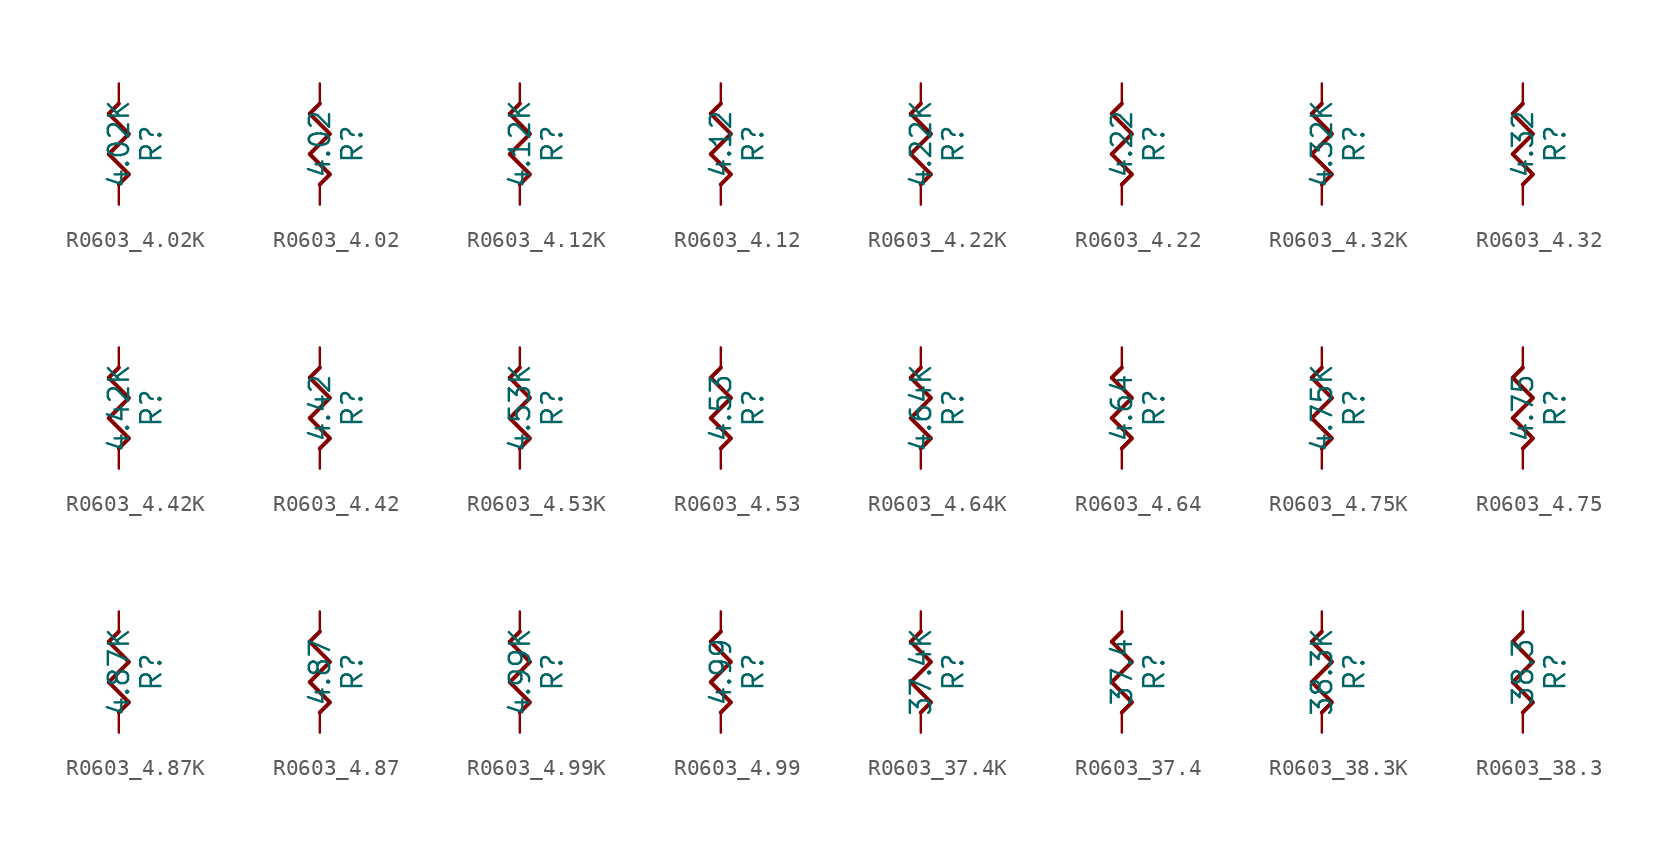
<source format=kicad_sym>
(kicad_symbol_lib
  (version 20211014)
  (generator atlantix-eda)
  (symbol "R0603_4.02K"
    (pin_numbers hide)
    (pin_names
      (offset 0))
    (property "Reference" "R"
      (at 2.032 0 90)
      (effects (font (size 1.27 1.27))))
    (property "Value" "4.02K"
      (at 0 0 90)
      (effects (font (size 1.27 1.27))))
    (symbol "R0603_4.02K_0_1"
      (polyline (pts (xy 0 -2.54) (xy 0.635 -1.905) (xy -0.635 -0.635) (xy 0.635 0.635) (xy -0.635 1.905) (xy 0 2.54)) (stroke (width 0.254) (type default) (color 0 0 0 0)) (fill (type none))))
    (symbol "R0603_4.02K_1_1"
      (pin passive line (at 0 3.81 270) (length 1.27) (name "~" (effects (font (size 1.27 1.27)))) (number "1" (effects (font (size 1.27 1.27)))))
      (pin passive line (at 0 -3.81 90) (length 1.27) (name "~" (effects (font (size 1.27 1.27)))) (number "2" (effects (font (size 1.27 1.27)))))))
  (symbol "R0603_4.02"
    (pin_numbers hide)
    (pin_names
      (offset 0))
    (property "Reference" "R"
      (at 2.032 0 90)
      (effects (font (size 1.27 1.27))))
    (property "Value" "4.02"
      (at 0 0 90)
      (effects (font (size 1.27 1.27))))
    (symbol "R0603_4.02_0_1"
      (polyline (pts (xy 0 -2.54) (xy 0.635 -1.905) (xy -0.635 -0.635) (xy 0.635 0.635) (xy -0.635 1.905) (xy 0 2.54)) (stroke (width 0.254) (type default) (color 0 0 0 0)) (fill (type none))))
    (symbol "R0603_4.02_1_1"
      (pin passive line (at 0 3.81 270) (length 1.27) (name "~" (effects (font (size 1.27 1.27)))) (number "1" (effects (font (size 1.27 1.27)))))
      (pin passive line (at 0 -3.81 90) (length 1.27) (name "~" (effects (font (size 1.27 1.27)))) (number "2" (effects (font (size 1.27 1.27)))))))
  (symbol "R0603_4.12K"
    (pin_numbers hide)
    (pin_names
      (offset 0))
    (property "Reference" "R"
      (at 2.032 0 90)
      (effects (font (size 1.27 1.27))))
    (property "Value" "4.12K"
      (at 0 0 90)
      (effects (font (size 1.27 1.27))))
    (symbol "R0603_4.12K_0_1"
      (polyline (pts (xy 0 -2.54) (xy 0.635 -1.905) (xy -0.635 -0.635) (xy 0.635 0.635) (xy -0.635 1.905) (xy 0 2.54)) (stroke (width 0.254) (type default) (color 0 0 0 0)) (fill (type none))))
    (symbol "R0603_4.12K_1_1"
      (pin passive line (at 0 3.81 270) (length 1.27) (name "~" (effects (font (size 1.27 1.27)))) (number "1" (effects (font (size 1.27 1.27)))))
      (pin passive line (at 0 -3.81 90) (length 1.27) (name "~" (effects (font (size 1.27 1.27)))) (number "2" (effects (font (size 1.27 1.27)))))))
  (symbol "R0603_4.12"
    (pin_numbers hide)
    (pin_names
      (offset 0))
    (property "Reference" "R"
      (at 2.032 0 90)
      (effects (font (size 1.27 1.27))))
    (property "Value" "4.12"
      (at 0 0 90)
      (effects (font (size 1.27 1.27))))
    (symbol "R0603_4.12_0_1"
      (polyline (pts (xy 0 -2.54) (xy 0.635 -1.905) (xy -0.635 -0.635) (xy 0.635 0.635) (xy -0.635 1.905) (xy 0 2.54)) (stroke (width 0.254) (type default) (color 0 0 0 0)) (fill (type none))))
    (symbol "R0603_4.12_1_1"
      (pin passive line (at 0 3.81 270) (length 1.27) (name "~" (effects (font (size 1.27 1.27)))) (number "1" (effects (font (size 1.27 1.27)))))
      (pin passive line (at 0 -3.81 90) (length 1.27) (name "~" (effects (font (size 1.27 1.27)))) (number "2" (effects (font (size 1.27 1.27)))))))
  (symbol "R0603_4.22K"
    (pin_numbers hide)
    (pin_names
      (offset 0))
    (property "Reference" "R"
      (at 2.032 0 90)
      (effects (font (size 1.27 1.27))))
    (property "Value" "4.22K"
      (at 0 0 90)
      (effects (font (size 1.27 1.27))))
    (symbol "R0603_4.22K_0_1"
      (polyline (pts (xy 0 -2.54) (xy 0.635 -1.905) (xy -0.635 -0.635) (xy 0.635 0.635) (xy -0.635 1.905) (xy 0 2.54)) (stroke (width 0.254) (type default) (color 0 0 0 0)) (fill (type none))))
    (symbol "R0603_4.22K_1_1"
      (pin passive line (at 0 3.81 270) (length 1.27) (name "~" (effects (font (size 1.27 1.27)))) (number "1" (effects (font (size 1.27 1.27)))))
      (pin passive line (at 0 -3.81 90) (length 1.27) (name "~" (effects (font (size 1.27 1.27)))) (number "2" (effects (font (size 1.27 1.27)))))))
  (symbol "R0603_4.22"
    (pin_numbers hide)
    (pin_names
      (offset 0))
    (property "Reference" "R"
      (at 2.032 0 90)
      (effects (font (size 1.27 1.27))))
    (property "Value" "4.22"
      (at 0 0 90)
      (effects (font (size 1.27 1.27))))
    (symbol "R0603_4.22_0_1"
      (polyline (pts (xy 0 -2.54) (xy 0.635 -1.905) (xy -0.635 -0.635) (xy 0.635 0.635) (xy -0.635 1.905) (xy 0 2.54)) (stroke (width 0.254) (type default) (color 0 0 0 0)) (fill (type none))))
    (symbol "R0603_4.22_1_1"
      (pin passive line (at 0 3.81 270) (length 1.27) (name "~" (effects (font (size 1.27 1.27)))) (number "1" (effects (font (size 1.27 1.27)))))
      (pin passive line (at 0 -3.81 90) (length 1.27) (name "~" (effects (font (size 1.27 1.27)))) (number "2" (effects (font (size 1.27 1.27)))))))
  (symbol "R0603_4.32K"
    (pin_numbers hide)
    (pin_names
      (offset 0))
    (property "Reference" "R"
      (at 2.032 0 90)
      (effects (font (size 1.27 1.27))))
    (property "Value" "4.32K"
      (at 0 0 90)
      (effects (font (size 1.27 1.27))))
    (symbol "R0603_4.32K_0_1"
      (polyline (pts (xy 0 -2.54) (xy 0.635 -1.905) (xy -0.635 -0.635) (xy 0.635 0.635) (xy -0.635 1.905) (xy 0 2.54)) (stroke (width 0.254) (type default) (color 0 0 0 0)) (fill (type none))))
    (symbol "R0603_4.32K_1_1"
      (pin passive line (at 0 3.81 270) (length 1.27) (name "~" (effects (font (size 1.27 1.27)))) (number "1" (effects (font (size 1.27 1.27)))))
      (pin passive line (at 0 -3.81 90) (length 1.27) (name "~" (effects (font (size 1.27 1.27)))) (number "2" (effects (font (size 1.27 1.27)))))))
  (symbol "R0603_4.32"
    (pin_numbers hide)
    (pin_names
      (offset 0))
    (property "Reference" "R"
      (at 2.032 0 90)
      (effects (font (size 1.27 1.27))))
    (property "Value" "4.32"
      (at 0 0 90)
      (effects (font (size 1.27 1.27))))
    (symbol "R0603_4.32_0_1"
      (polyline (pts (xy 0 -2.54) (xy 0.635 -1.905) (xy -0.635 -0.635) (xy 0.635 0.635) (xy -0.635 1.905) (xy 0 2.54)) (stroke (width 0.254) (type default) (color 0 0 0 0)) (fill (type none))))
    (symbol "R0603_4.32_1_1"
      (pin passive line (at 0 3.81 270) (length 1.27) (name "~" (effects (font (size 1.27 1.27)))) (number "1" (effects (font (size 1.27 1.27)))))
      (pin passive line (at 0 -3.81 90) (length 1.27) (name "~" (effects (font (size 1.27 1.27)))) (number "2" (effects (font (size 1.27 1.27)))))))
  (symbol "R0603_4.42K"
    (pin_numbers hide)
    (pin_names
      (offset 0))
    (property "Reference" "R"
      (at 2.032 0 90)
      (effects (font (size 1.27 1.27))))
    (property "Value" "4.42K"
      (at 0 0 90)
      (effects (font (size 1.27 1.27))))
    (symbol "R0603_4.42K_0_1"
      (polyline (pts (xy 0 -2.54) (xy 0.635 -1.905) (xy -0.635 -0.635) (xy 0.635 0.635) (xy -0.635 1.905) (xy 0 2.54)) (stroke (width 0.254) (type default) (color 0 0 0 0)) (fill (type none))))
    (symbol "R0603_4.42K_1_1"
      (pin passive line (at 0 3.81 270) (length 1.27) (name "~" (effects (font (size 1.27 1.27)))) (number "1" (effects (font (size 1.27 1.27)))))
      (pin passive line (at 0 -3.81 90) (length 1.27) (name "~" (effects (font (size 1.27 1.27)))) (number "2" (effects (font (size 1.27 1.27)))))))
  (symbol "R0603_4.42"
    (pin_numbers hide)
    (pin_names
      (offset 0))
    (property "Reference" "R"
      (at 2.032 0 90)
      (effects (font (size 1.27 1.27))))
    (property "Value" "4.42"
      (at 0 0 90)
      (effects (font (size 1.27 1.27))))
    (symbol "R0603_4.42_0_1"
      (polyline (pts (xy 0 -2.54) (xy 0.635 -1.905) (xy -0.635 -0.635) (xy 0.635 0.635) (xy -0.635 1.905) (xy 0 2.54)) (stroke (width 0.254) (type default) (color 0 0 0 0)) (fill (type none))))
    (symbol "R0603_4.42_1_1"
      (pin passive line (at 0 3.81 270) (length 1.27) (name "~" (effects (font (size 1.27 1.27)))) (number "1" (effects (font (size 1.27 1.27)))))
      (pin passive line (at 0 -3.81 90) (length 1.27) (name "~" (effects (font (size 1.27 1.27)))) (number "2" (effects (font (size 1.27 1.27)))))))
  (symbol "R0603_4.53K"
    (pin_numbers hide)
    (pin_names
      (offset 0))
    (property "Reference" "R"
      (at 2.032 0 90)
      (effects (font (size 1.27 1.27))))
    (property "Value" "4.53K"
      (at 0 0 90)
      (effects (font (size 1.27 1.27))))
    (symbol "R0603_4.53K_0_1"
      (polyline (pts (xy 0 -2.54) (xy 0.635 -1.905) (xy -0.635 -0.635) (xy 0.635 0.635) (xy -0.635 1.905) (xy 0 2.54)) (stroke (width 0.254) (type default) (color 0 0 0 0)) (fill (type none))))
    (symbol "R0603_4.53K_1_1"
      (pin passive line (at 0 3.81 270) (length 1.27) (name "~" (effects (font (size 1.27 1.27)))) (number "1" (effects (font (size 1.27 1.27)))))
      (pin passive line (at 0 -3.81 90) (length 1.27) (name "~" (effects (font (size 1.27 1.27)))) (number "2" (effects (font (size 1.27 1.27)))))))
  (symbol "R0603_4.53"
    (pin_numbers hide)
    (pin_names
      (offset 0))
    (property "Reference" "R"
      (at 2.032 0 90)
      (effects (font (size 1.27 1.27))))
    (property "Value" "4.53"
      (at 0 0 90)
      (effects (font (size 1.27 1.27))))
    (symbol "R0603_4.53_0_1"
      (polyline (pts (xy 0 -2.54) (xy 0.635 -1.905) (xy -0.635 -0.635) (xy 0.635 0.635) (xy -0.635 1.905) (xy 0 2.54)) (stroke (width 0.254) (type default) (color 0 0 0 0)) (fill (type none))))
    (symbol "R0603_4.53_1_1"
      (pin passive line (at 0 3.81 270) (length 1.27) (name "~" (effects (font (size 1.27 1.27)))) (number "1" (effects (font (size 1.27 1.27)))))
      (pin passive line (at 0 -3.81 90) (length 1.27) (name "~" (effects (font (size 1.27 1.27)))) (number "2" (effects (font (size 1.27 1.27)))))))
  (symbol "R0603_4.64K"
    (pin_numbers hide)
    (pin_names
      (offset 0))
    (property "Reference" "R"
      (at 2.032 0 90)
      (effects (font (size 1.27 1.27))))
    (property "Value" "4.64K"
      (at 0 0 90)
      (effects (font (size 1.27 1.27))))
    (symbol "R0603_4.64K_0_1"
      (polyline (pts (xy 0 -2.54) (xy 0.635 -1.905) (xy -0.635 -0.635) (xy 0.635 0.635) (xy -0.635 1.905) (xy 0 2.54)) (stroke (width 0.254) (type default) (color 0 0 0 0)) (fill (type none))))
    (symbol "R0603_4.64K_1_1"
      (pin passive line (at 0 3.81 270) (length 1.27) (name "~" (effects (font (size 1.27 1.27)))) (number "1" (effects (font (size 1.27 1.27)))))
      (pin passive line (at 0 -3.81 90) (length 1.27) (name "~" (effects (font (size 1.27 1.27)))) (number "2" (effects (font (size 1.27 1.27)))))))
  (symbol "R0603_4.64"
    (pin_numbers hide)
    (pin_names
      (offset 0))
    (property "Reference" "R"
      (at 2.032 0 90)
      (effects (font (size 1.27 1.27))))
    (property "Value" "4.64"
      (at 0 0 90)
      (effects (font (size 1.27 1.27))))
    (symbol "R0603_4.64_0_1"
      (polyline (pts (xy 0 -2.54) (xy 0.635 -1.905) (xy -0.635 -0.635) (xy 0.635 0.635) (xy -0.635 1.905) (xy 0 2.54)) (stroke (width 0.254) (type default) (color 0 0 0 0)) (fill (type none))))
    (symbol "R0603_4.64_1_1"
      (pin passive line (at 0 3.81 270) (length 1.27) (name "~" (effects (font (size 1.27 1.27)))) (number "1" (effects (font (size 1.27 1.27)))))
      (pin passive line (at 0 -3.81 90) (length 1.27) (name "~" (effects (font (size 1.27 1.27)))) (number "2" (effects (font (size 1.27 1.27)))))))
  (symbol "R0603_4.75K"
    (pin_numbers hide)
    (pin_names
      (offset 0))
    (property "Reference" "R"
      (at 2.032 0 90)
      (effects (font (size 1.27 1.27))))
    (property "Value" "4.75K"
      (at 0 0 90)
      (effects (font (size 1.27 1.27))))
    (symbol "R0603_4.75K_0_1"
      (polyline (pts (xy 0 -2.54) (xy 0.635 -1.905) (xy -0.635 -0.635) (xy 0.635 0.635) (xy -0.635 1.905) (xy 0 2.54)) (stroke (width 0.254) (type default) (color 0 0 0 0)) (fill (type none))))
    (symbol "R0603_4.75K_1_1"
      (pin passive line (at 0 3.81 270) (length 1.27) (name "~" (effects (font (size 1.27 1.27)))) (number "1" (effects (font (size 1.27 1.27)))))
      (pin passive line (at 0 -3.81 90) (length 1.27) (name "~" (effects (font (size 1.27 1.27)))) (number "2" (effects (font (size 1.27 1.27)))))))
  (symbol "R0603_4.75"
    (pin_numbers hide)
    (pin_names
      (offset 0))
    (property "Reference" "R"
      (at 2.032 0 90)
      (effects (font (size 1.27 1.27))))
    (property "Value" "4.75"
      (at 0 0 90)
      (effects (font (size 1.27 1.27))))
    (symbol "R0603_4.75_0_1"
      (polyline (pts (xy 0 -2.54) (xy 0.635 -1.905) (xy -0.635 -0.635) (xy 0.635 0.635) (xy -0.635 1.905) (xy 0 2.54)) (stroke (width 0.254) (type default) (color 0 0 0 0)) (fill (type none))))
    (symbol "R0603_4.75_1_1"
      (pin passive line (at 0 3.81 270) (length 1.27) (name "~" (effects (font (size 1.27 1.27)))) (number "1" (effects (font (size 1.27 1.27)))))
      (pin passive line (at 0 -3.81 90) (length 1.27) (name "~" (effects (font (size 1.27 1.27)))) (number "2" (effects (font (size 1.27 1.27)))))))
  (symbol "R0603_4.87K"
    (pin_numbers hide)
    (pin_names
      (offset 0))
    (property "Reference" "R"
      (at 2.032 0 90)
      (effects (font (size 1.27 1.27))))
    (property "Value" "4.87K"
      (at 0 0 90)
      (effects (font (size 1.27 1.27))))
    (symbol "R0603_4.87K_0_1"
      (polyline (pts (xy 0 -2.54) (xy 0.635 -1.905) (xy -0.635 -0.635) (xy 0.635 0.635) (xy -0.635 1.905) (xy 0 2.54)) (stroke (width 0.254) (type default) (color 0 0 0 0)) (fill (type none))))
    (symbol "R0603_4.87K_1_1"
      (pin passive line (at 0 3.81 270) (length 1.27) (name "~" (effects (font (size 1.27 1.27)))) (number "1" (effects (font (size 1.27 1.27)))))
      (pin passive line (at 0 -3.81 90) (length 1.27) (name "~" (effects (font (size 1.27 1.27)))) (number "2" (effects (font (size 1.27 1.27)))))))
  (symbol "R0603_4.87"
    (pin_numbers hide)
    (pin_names
      (offset 0))
    (property "Reference" "R"
      (at 2.032 0 90)
      (effects (font (size 1.27 1.27))))
    (property "Value" "4.87"
      (at 0 0 90)
      (effects (font (size 1.27 1.27))))
    (symbol "R0603_4.87_0_1"
      (polyline (pts (xy 0 -2.54) (xy 0.635 -1.905) (xy -0.635 -0.635) (xy 0.635 0.635) (xy -0.635 1.905) (xy 0 2.54)) (stroke (width 0.254) (type default) (color 0 0 0 0)) (fill (type none))))
    (symbol "R0603_4.87_1_1"
      (pin passive line (at 0 3.81 270) (length 1.27) (name "~" (effects (font (size 1.27 1.27)))) (number "1" (effects (font (size 1.27 1.27)))))
      (pin passive line (at 0 -3.81 90) (length 1.27) (name "~" (effects (font (size 1.27 1.27)))) (number "2" (effects (font (size 1.27 1.27)))))))
  (symbol "R0603_4.99K"
    (pin_numbers hide)
    (pin_names
      (offset 0))
    (property "Reference" "R"
      (at 2.032 0 90)
      (effects (font (size 1.27 1.27))))
    (property "Value" "4.99K"
      (at 0 0 90)
      (effects (font (size 1.27 1.27))))
    (symbol "R0603_4.99K_0_1"
      (polyline (pts (xy 0 -2.54) (xy 0.635 -1.905) (xy -0.635 -0.635) (xy 0.635 0.635) (xy -0.635 1.905) (xy 0 2.54)) (stroke (width 0.254) (type default) (color 0 0 0 0)) (fill (type none))))
    (symbol "R0603_4.99K_1_1"
      (pin passive line (at 0 3.81 270) (length 1.27) (name "~" (effects (font (size 1.27 1.27)))) (number "1" (effects (font (size 1.27 1.27)))))
      (pin passive line (at 0 -3.81 90) (length 1.27) (name "~" (effects (font (size 1.27 1.27)))) (number "2" (effects (font (size 1.27 1.27)))))))
  (symbol "R0603_4.99"
    (pin_numbers hide)
    (pin_names
      (offset 0))
    (property "Reference" "R"
      (at 2.032 0 90)
      (effects (font (size 1.27 1.27))))
    (property "Value" "4.99"
      (at 0 0 90)
      (effects (font (size 1.27 1.27))))
    (symbol "R0603_4.99_0_1"
      (polyline (pts (xy 0 -2.54) (xy 0.635 -1.905) (xy -0.635 -0.635) (xy 0.635 0.635) (xy -0.635 1.905) (xy 0 2.54)) (stroke (width 0.254) (type default) (color 0 0 0 0)) (fill (type none))))
    (symbol "R0603_4.99_1_1"
      (pin passive line (at 0 3.81 270) (length 1.27) (name "~" (effects (font (size 1.27 1.27)))) (number "1" (effects (font (size 1.27 1.27)))))
      (pin passive line (at 0 -3.81 90) (length 1.27) (name "~" (effects (font (size 1.27 1.27)))) (number "2" (effects (font (size 1.27 1.27)))))))
  (symbol "R0603_37.4K"
    (pin_numbers hide)
    (pin_names
      (offset 0))
    (property "Reference" "R"
      (at 2.032 0 90)
      (effects (font (size 1.27 1.27))))
    (property "Value" "37.4K"
      (at 0 0 90)
      (effects (font (size 1.27 1.27))))
    (symbol "R0603_37.4K_0_1"
      (polyline (pts (xy 0 -2.54) (xy 0.635 -1.905) (xy -0.635 -0.635) (xy 0.635 0.635) (xy -0.635 1.905) (xy 0 2.54)) (stroke (width 0.254) (type default) (color 0 0 0 0)) (fill (type none))))
    (symbol "R0603_37.4K_1_1"
      (pin passive line (at 0 3.81 270) (length 1.27) (name "~" (effects (font (size 1.27 1.27)))) (number "1" (effects (font (size 1.27 1.27)))))
      (pin passive line (at 0 -3.81 90) (length 1.27) (name "~" (effects (font (size 1.27 1.27)))) (number "2" (effects (font (size 1.27 1.27)))))))
  (symbol "R0603_37.4"
    (pin_numbers hide)
    (pin_names
      (offset 0))
    (property "Reference" "R"
      (at 2.032 0 90)
      (effects (font (size 1.27 1.27))))
    (property "Value" "37.4"
      (at 0 0 90)
      (effects (font (size 1.27 1.27))))
    (symbol "R0603_37.4_0_1"
      (polyline (pts (xy 0 -2.54) (xy 0.635 -1.905) (xy -0.635 -0.635) (xy 0.635 0.635) (xy -0.635 1.905) (xy 0 2.54)) (stroke (width 0.254) (type default) (color 0 0 0 0)) (fill (type none))))
    (symbol "R0603_37.4_1_1"
      (pin passive line (at 0 3.81 270) (length 1.27) (name "~" (effects (font (size 1.27 1.27)))) (number "1" (effects (font (size 1.27 1.27)))))
      (pin passive line (at 0 -3.81 90) (length 1.27) (name "~" (effects (font (size 1.27 1.27)))) (number "2" (effects (font (size 1.27 1.27)))))))
  (symbol "R0603_38.3K"
    (pin_numbers hide)
    (pin_names
      (offset 0))
    (property "Reference" "R"
      (at 2.032 0 90)
      (effects (font (size 1.27 1.27))))
    (property "Value" "38.3K"
      (at 0 0 90)
      (effects (font (size 1.27 1.27))))
    (symbol "R0603_38.3K_0_1"
      (polyline (pts (xy 0 -2.54) (xy 0.635 -1.905) (xy -0.635 -0.635) (xy 0.635 0.635) (xy -0.635 1.905) (xy 0 2.54)) (stroke (width 0.254) (type default) (color 0 0 0 0)) (fill (type none))))
    (symbol "R0603_38.3K_1_1"
      (pin passive line (at 0 3.81 270) (length 1.27) (name "~" (effects (font (size 1.27 1.27)))) (number "1" (effects (font (size 1.27 1.27)))))
      (pin passive line (at 0 -3.81 90) (length 1.27) (name "~" (effects (font (size 1.27 1.27)))) (number "2" (effects (font (size 1.27 1.27)))))))
  (symbol "R0603_38.3"
    (pin_numbers hide)
    (pin_names
      (offset 0))
    (property "Reference" "R"
      (at 2.032 0 90)
      (effects (font (size 1.27 1.27))))
    (property "Value" "38.3"
      (at 0 0 90)
      (effects (font (size 1.27 1.27))))
    (symbol "R0603_38.3_0_1"
      (polyline (pts (xy 0 -2.54) (xy 0.635 -1.905) (xy -0.635 -0.635) (xy 0.635 0.635) (xy -0.635 1.905) (xy 0 2.54)) (stroke (width 0.254) (type default) (color 0 0 0 0)) (fill (type none))))
    (symbol "R0603_38.3_1_1"
      (pin passive line (at 0 3.81 270) (length 1.27) (name "~" (effects (font (size 1.27 1.27)))) (number "1" (effects (font (size 1.27 1.27)))))
      (pin passive line (at 0 -3.81 90) (length 1.27) (name "~" (effects (font (size 1.27 1.27)))) (number "2" (effects (font (size 1.27 1.27))))))))
</source>
